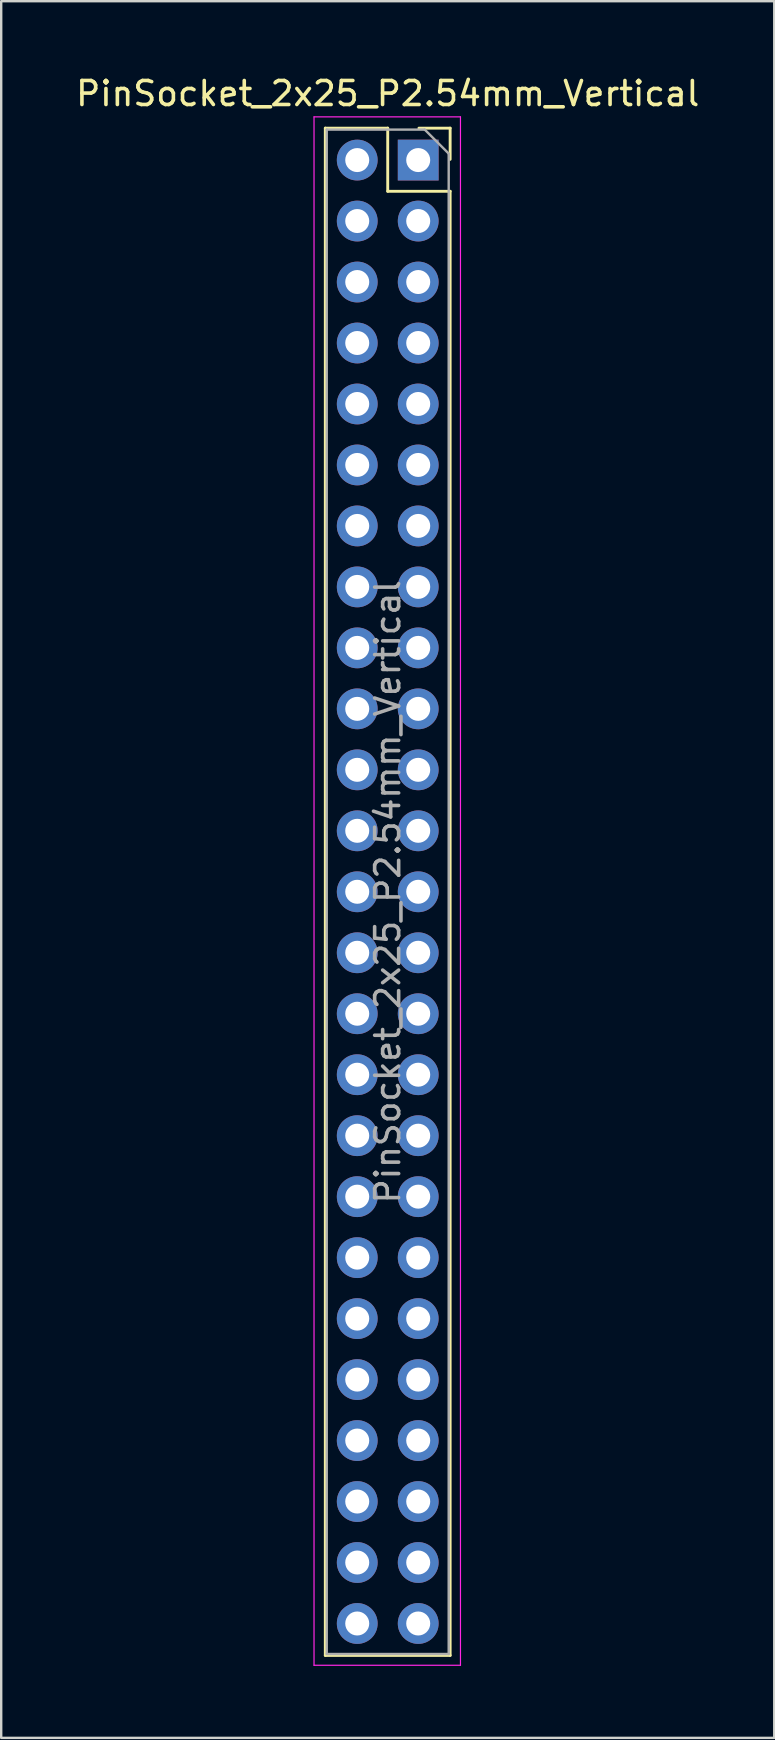
<source format=kicad_pcb>
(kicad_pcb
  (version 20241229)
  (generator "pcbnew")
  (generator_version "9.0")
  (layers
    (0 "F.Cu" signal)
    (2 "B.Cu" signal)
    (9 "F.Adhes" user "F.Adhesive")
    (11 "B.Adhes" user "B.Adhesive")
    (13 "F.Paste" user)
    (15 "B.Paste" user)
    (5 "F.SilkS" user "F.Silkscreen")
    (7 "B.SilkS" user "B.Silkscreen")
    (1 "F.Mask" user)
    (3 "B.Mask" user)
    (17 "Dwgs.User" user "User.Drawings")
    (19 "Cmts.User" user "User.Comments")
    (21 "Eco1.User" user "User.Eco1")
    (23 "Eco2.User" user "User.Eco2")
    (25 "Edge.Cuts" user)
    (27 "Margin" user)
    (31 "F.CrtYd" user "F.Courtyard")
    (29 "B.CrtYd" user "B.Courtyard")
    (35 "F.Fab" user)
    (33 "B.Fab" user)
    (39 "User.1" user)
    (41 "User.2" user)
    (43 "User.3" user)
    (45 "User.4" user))
  (footprint "PinSocket_2x25_P2.54mm_Vertical"
    (layer "F.Cu")
    (at 14.371 3.618)
    (property "Reference" "PinSocket_2x25_P2.54mm_Vertical" (at -1.27 -2.77 0) (layer "F.SilkS") (effects (font (size 1 1) (thickness 0.15))))
    (attr through_hole)
    (fp_line (start -3.87 -1.33) (end -3.87 62.29) (stroke (width 0.12) (type solid)) (layer "F.SilkS"))
    (fp_line (start -3.87 62.29) (end 1.33 62.29) (stroke (width 0.12) (type solid)) (layer "F.SilkS"))
    (fp_line (start -1.27 -1.33) (end -3.87 -1.33) (stroke (width 0.12) (type solid)) (layer "F.SilkS"))
    (fp_line (start -1.27 1.3) (end -1.27 -1.33) (stroke (width 0.12) (type solid)) (layer "F.SilkS"))
    (fp_line (start 1.33 -1.33) (end 0.03 -1.33) (stroke (width 0.12) (type solid)) (layer "F.SilkS"))
    (fp_line (start 1.33 -0.03) (end 1.33 -1.33) (stroke (width 0.12) (type solid)) (layer "F.SilkS"))
    (fp_line (start 1.33 1.3) (end -1.27 1.3) (stroke (width 0.12) (type solid)) (layer "F.SilkS"))
    (fp_line (start 1.33 62.29) (end 1.33 1.3) (stroke (width 0.12) (type solid)) (layer "F.SilkS"))
    (fp_line (start -4.34 -1.8) (end 1.76 -1.8) (stroke (width 0.05) (type solid)) (layer "F.CrtYd"))
    (fp_line (start -4.34 62.7) (end -4.34 -1.8) (stroke (width 0.05) (type solid)) (layer "F.CrtYd"))
    (fp_line (start 1.76 -1.8) (end 1.76 62.7) (stroke (width 0.05) (type solid)) (layer "F.CrtYd"))
    (fp_line (start 1.76 62.7) (end -4.34 62.7) (stroke (width 0.05) (type solid)) (layer "F.CrtYd"))
    (fp_line (start -3.81 -1.27) (end 0.27 -1.27) (stroke (width 0.1) (type solid)) (layer "F.Fab"))
    (fp_line (start -3.81 62.23) (end -3.81 -1.27) (stroke (width 0.1) (type solid)) (layer "F.Fab"))
    (fp_line (start 0.27 -1.27) (end 1.27 -0.27) (stroke (width 0.1) (type solid)) (layer "F.Fab"))
    (fp_line (start 1.27 -0.27) (end 1.27 62.23) (stroke (width 0.1) (type solid)) (layer "F.Fab"))
    (fp_line (start 1.27 62.23) (end -3.81 62.23) (stroke (width 0.1) (type solid)) (layer "F.Fab"))
    (fp_text user "${REFERENCE}" (at -1.27 30.48 90) (layer "F.Fab") (effects (font (size 1 1) (thickness 0.15))))
    (pad "1" thru_hole rect (at 0 0) (size 1.7 1.7) (drill 1) (layers "*.Cu" "*.Mask"))
    (pad "2" thru_hole oval (at -2.54 0) (size 1.7 1.7) (drill 1) (layers "*.Cu" "*.Mask"))
    (pad "3" thru_hole oval (at 0 2.54) (size 1.7 1.7) (drill 1) (layers "*.Cu" "*.Mask"))
    (pad "4" thru_hole oval (at -2.54 2.54) (size 1.7 1.7) (drill 1) (layers "*.Cu" "*.Mask"))
    (pad "5" thru_hole oval (at 0 5.08) (size 1.7 1.7) (drill 1) (layers "*.Cu" "*.Mask"))
    (pad "6" thru_hole oval (at -2.54 5.08) (size 1.7 1.7) (drill 1) (layers "*.Cu" "*.Mask"))
    (pad "7" thru_hole oval (at 0 7.62) (size 1.7 1.7) (drill 1) (layers "*.Cu" "*.Mask"))
    (pad "8" thru_hole oval (at -2.54 7.62) (size 1.7 1.7) (drill 1) (layers "*.Cu" "*.Mask"))
    (pad "9" thru_hole oval (at 0 10.16) (size 1.7 1.7) (drill 1) (layers "*.Cu" "*.Mask"))
    (pad "10" thru_hole oval (at -2.54 10.16) (size 1.7 1.7) (drill 1) (layers "*.Cu" "*.Mask"))
    (pad "11" thru_hole oval (at 0 12.7) (size 1.7 1.7) (drill 1) (layers "*.Cu" "*.Mask"))
    (pad "12" thru_hole oval (at -2.54 12.7) (size 1.7 1.7) (drill 1) (layers "*.Cu" "*.Mask"))
    (pad "13" thru_hole oval (at 0 15.24) (size 1.7 1.7) (drill 1) (layers "*.Cu" "*.Mask"))
    (pad "14" thru_hole oval (at -2.54 15.24) (size 1.7 1.7) (drill 1) (layers "*.Cu" "*.Mask"))
    (pad "15" thru_hole oval (at 0 17.78) (size 1.7 1.7) (drill 1) (layers "*.Cu" "*.Mask"))
    (pad "16" thru_hole oval (at -2.54 17.78) (size 1.7 1.7) (drill 1) (layers "*.Cu" "*.Mask"))
    (pad "17" thru_hole oval (at 0 20.32) (size 1.7 1.7) (drill 1) (layers "*.Cu" "*.Mask"))
    (pad "18" thru_hole oval (at -2.54 20.32) (size 1.7 1.7) (drill 1) (layers "*.Cu" "*.Mask"))
    (pad "19" thru_hole oval (at 0 22.86) (size 1.7 1.7) (drill 1) (layers "*.Cu" "*.Mask"))
    (pad "20" thru_hole oval (at -2.54 22.86) (size 1.7 1.7) (drill 1) (layers "*.Cu" "*.Mask"))
    (pad "21" thru_hole oval (at 0 25.4) (size 1.7 1.7) (drill 1) (layers "*.Cu" "*.Mask"))
    (pad "22" thru_hole oval (at -2.54 25.4) (size 1.7 1.7) (drill 1) (layers "*.Cu" "*.Mask"))
    (pad "23" thru_hole oval (at 0 27.94) (size 1.7 1.7) (drill 1) (layers "*.Cu" "*.Mask"))
    (pad "24" thru_hole oval (at -2.54 27.94) (size 1.7 1.7) (drill 1) (layers "*.Cu" "*.Mask"))
    (pad "25" thru_hole oval (at 0 30.48) (size 1.7 1.7) (drill 1) (layers "*.Cu" "*.Mask"))
    (pad "26" thru_hole oval (at -2.54 30.48) (size 1.7 1.7) (drill 1) (layers "*.Cu" "*.Mask"))
    (pad "27" thru_hole oval (at 0 33.02) (size 1.7 1.7) (drill 1) (layers "*.Cu" "*.Mask"))
    (pad "28" thru_hole oval (at -2.54 33.02) (size 1.7 1.7) (drill 1) (layers "*.Cu" "*.Mask"))
    (pad "29" thru_hole oval (at 0 35.56) (size 1.7 1.7) (drill 1) (layers "*.Cu" "*.Mask"))
    (pad "30" thru_hole oval (at -2.54 35.56) (size 1.7 1.7) (drill 1) (layers "*.Cu" "*.Mask"))
    (pad "31" thru_hole oval (at 0 38.1) (size 1.7 1.7) (drill 1) (layers "*.Cu" "*.Mask"))
    (pad "32" thru_hole oval (at -2.54 38.1) (size 1.7 1.7) (drill 1) (layers "*.Cu" "*.Mask"))
    (pad "33" thru_hole oval (at 0 40.64) (size 1.7 1.7) (drill 1) (layers "*.Cu" "*.Mask"))
    (pad "34" thru_hole oval (at -2.54 40.64) (size 1.7 1.7) (drill 1) (layers "*.Cu" "*.Mask"))
    (pad "35" thru_hole oval (at 0 43.18) (size 1.7 1.7) (drill 1) (layers "*.Cu" "*.Mask"))
    (pad "36" thru_hole oval (at -2.54 43.18) (size 1.7 1.7) (drill 1) (layers "*.Cu" "*.Mask"))
    (pad "37" thru_hole oval (at 0 45.72) (size 1.7 1.7) (drill 1) (layers "*.Cu" "*.Mask"))
    (pad "38" thru_hole oval (at -2.54 45.72) (size 1.7 1.7) (drill 1) (layers "*.Cu" "*.Mask"))
    (pad "39" thru_hole oval (at 0 48.26) (size 1.7 1.7) (drill 1) (layers "*.Cu" "*.Mask"))
    (pad "40" thru_hole oval (at -2.54 48.26) (size 1.7 1.7) (drill 1) (layers "*.Cu" "*.Mask"))
    (pad "41" thru_hole oval (at 0 50.8) (size 1.7 1.7) (drill 1) (layers "*.Cu" "*.Mask"))
    (pad "42" thru_hole oval (at -2.54 50.8) (size 1.7 1.7) (drill 1) (layers "*.Cu" "*.Mask"))
    (pad "43" thru_hole oval (at 0 53.34) (size 1.7 1.7) (drill 1) (layers "*.Cu" "*.Mask"))
    (pad "44" thru_hole oval (at -2.54 53.34) (size 1.7 1.7) (drill 1) (layers "*.Cu" "*.Mask"))
    (pad "45" thru_hole oval (at 0 55.88) (size 1.7 1.7) (drill 1) (layers "*.Cu" "*.Mask"))
    (pad "46" thru_hole oval (at -2.54 55.88) (size 1.7 1.7) (drill 1) (layers "*.Cu" "*.Mask"))
    (pad "47" thru_hole oval (at 0 58.42) (size 1.7 1.7) (drill 1) (layers "*.Cu" "*.Mask"))
    (pad "48" thru_hole oval (at -2.54 58.42) (size 1.7 1.7) (drill 1) (layers "*.Cu" "*.Mask"))
    (pad "49" thru_hole oval (at 0 60.96) (size 1.7 1.7) (drill 1) (layers "*.Cu" "*.Mask"))
    (pad "50" thru_hole oval (at -2.54 60.96) (size 1.7 1.7) (drill 1) (layers "*.Cu" "*.Mask")))
  (gr_rect
    (start -3 -3)
    (end 29.202 69.343)
    (stroke (width 0.1) (type default))
    (fill no)
    (layer "Edge.Cuts")))
</source>
